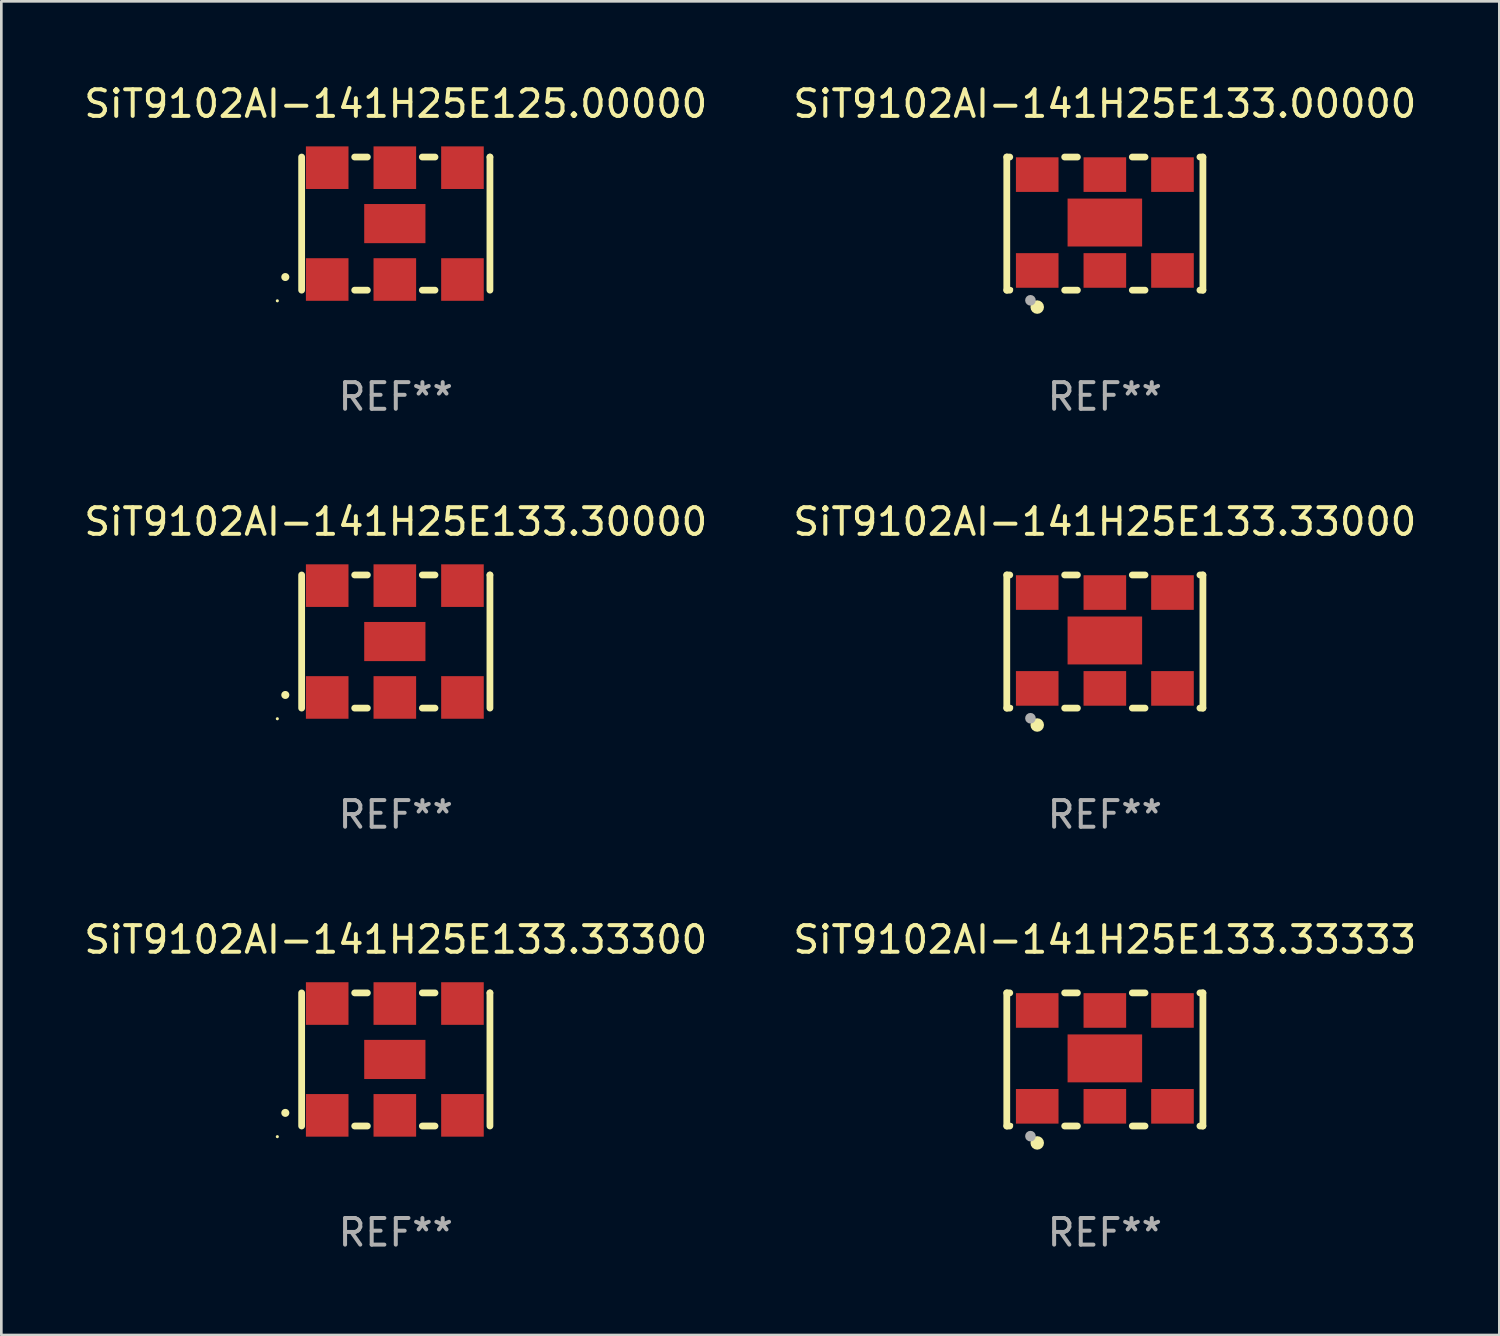
<source format=kicad_pcb>
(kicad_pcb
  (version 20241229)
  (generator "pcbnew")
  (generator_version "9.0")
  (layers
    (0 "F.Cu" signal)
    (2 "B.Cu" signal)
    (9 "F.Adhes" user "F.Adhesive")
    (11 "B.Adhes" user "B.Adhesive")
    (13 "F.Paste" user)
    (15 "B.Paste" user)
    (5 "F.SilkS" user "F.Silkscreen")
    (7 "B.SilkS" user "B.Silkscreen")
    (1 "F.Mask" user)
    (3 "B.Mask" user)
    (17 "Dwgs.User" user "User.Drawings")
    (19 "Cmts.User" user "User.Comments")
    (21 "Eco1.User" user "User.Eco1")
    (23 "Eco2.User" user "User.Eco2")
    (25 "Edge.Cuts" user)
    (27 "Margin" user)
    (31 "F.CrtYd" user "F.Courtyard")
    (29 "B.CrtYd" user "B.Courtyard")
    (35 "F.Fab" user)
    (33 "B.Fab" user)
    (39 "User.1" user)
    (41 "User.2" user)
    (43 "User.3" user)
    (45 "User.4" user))
  (footprint "SiT9102AI-141H25E133.30000"
    (layer "F.Cu")
    (at 11.815 21.045)
    (property "Reference" "SiT9102AI-141H25E133.30000" (at 0 -4.5 0) (layer "F.SilkS") (effects (font (size 1 1) (thickness 0.15))))
    (attr through_hole)
    (fp_line (start -3.536 -2.5) (end -3.536 2.5) (stroke (width 0.254) (type solid)) (layer "F.SilkS"))
    (fp_line (start -1.544 2.5) (end -1.067 2.5) (stroke (width 0.254) (type solid)) (layer "F.SilkS"))
    (fp_line (start -1.067 -2.5) (end -1.544 -2.5) (stroke (width 0.254) (type solid)) (layer "F.SilkS"))
    (fp_line (start 0.996 2.5) (end 1.473 2.5) (stroke (width 0.254) (type solid)) (layer "F.SilkS"))
    (fp_line (start 1.473 -2.5) (end 0.996 -2.5) (stroke (width 0.254) (type solid)) (layer "F.SilkS"))
    (fp_line (start 3.536 -2.5) (end 3.536 -2.5) (stroke (width 0.254) (type solid)) (layer "F.SilkS"))
    (fp_line (start 3.536 2.5) (end 3.536 -2.5) (stroke (width 0.254) (type solid)) (layer "F.SilkS"))
    (fp_arc (start -4.150432 2.006604) (mid -4.149162 2.006599) (end -4.147892 2.006604) (stroke (width 0.3) (type solid)) (layer "F.SilkS"))
    (fp_circle (center -4.449 2.9) (end -4.419 2.9) (stroke (width 0.06) (type solid)) (fill no) (layer "F.SilkS"))
    (fp_text user "REF**" (at 0 6.5 0) (layer "F.Fab") (effects (font (size 1 1) (thickness 0.15))))
    (pad "1" smd rect (at -2.576 2.1) (size 1.6 1.6) (layers "F.Cu" "F.Mask" "F.Paste"))
    (pad "2" smd rect (at -0.036 2.1) (size 1.6 1.6) (layers "F.Cu" "F.Mask" "F.Paste"))
    (pad "3" smd rect (at 2.504 2.1) (size 1.6 1.6) (layers "F.Cu" "F.Mask" "F.Paste"))
    (pad "4" smd rect (at 2.504 -2.1) (size 1.6 1.6) (layers "F.Cu" "F.Mask" "F.Paste"))
    (pad "5" smd rect (at -0.036 -2.1) (size 1.6 1.6) (layers "F.Cu" "F.Mask" "F.Paste"))
    (pad "6" smd rect (at -2.576 -2.1) (size 1.6 1.6) (layers "F.Cu" "F.Mask" "F.Paste"))
    (pad "7" smd rect (at -0.036 0) (size 2.3 1.47) (layers "F.Cu" "F.Mask" "F.Paste")))
  (footprint "SiT9102AI-141H25E133.00000"
    (layer "F.Cu")
    (at 38.446 5.348)
    (property "Reference" "SiT9102AI-141H25E133.00000" (at 0 -4.5 0) (layer "F.SilkS") (effects (font (size 1 1) (thickness 0.15))))
    (attr through_hole)
    (fp_line (start -3.683 -2.5) (end -3.571 -2.5) (stroke (width 0.254) (type solid)) (layer "F.SilkS"))
    (fp_line (start -3.683 2.5) (end -3.683 -2.5) (stroke (width 0.254) (type solid)) (layer "F.SilkS"))
    (fp_line (start -3.683 2.5) (end -3.571 2.5) (stroke (width 0.254) (type solid)) (layer "F.SilkS"))
    (fp_line (start -1.509 -2.5) (end -1.031 -2.5) (stroke (width 0.254) (type solid)) (layer "F.SilkS"))
    (fp_line (start -1.509 2.5) (end -1.031 2.5) (stroke (width 0.254) (type solid)) (layer "F.SilkS"))
    (fp_line (start 1.031 -2.5) (end 1.509 -2.5) (stroke (width 0.254) (type solid)) (layer "F.SilkS"))
    (fp_line (start 1.031 2.5) (end 1.509 2.5) (stroke (width 0.254) (type solid)) (layer "F.SilkS"))
    (fp_line (start 3.571 -2.5) (end 3.683 -2.5) (stroke (width 0.254) (type solid)) (layer "F.SilkS"))
    (fp_line (start 3.571 2.5) (end 3.683 2.5) (stroke (width 0.254) (type solid)) (layer "F.SilkS"))
    (fp_line (start 3.683 2.5) (end 3.683 -2.5) (stroke (width 0.254) (type solid)) (layer "F.SilkS"))
    (fp_circle (center -3.5 2.46) (end -3.47 2.46) (stroke (width 0.06) (type solid)) (fill no) (layer "F.SilkS"))
    (fp_circle (center -2.54 3.135) (end -2.413 3.135) (stroke (width 0.254) (type solid)) (fill no) (layer "F.SilkS"))
    (fp_circle (center -2.794 2.881) (end -2.694 2.881) (stroke (width 0.2) (type solid)) (fill no) (layer "F.Fab"))
    (fp_text user "REF**" (at 0 6.5 0) (layer "F.Fab") (effects (font (size 1 1) (thickness 0.15))))
    (pad "1" smd rect (at -2.54 1.76) (size 1.6 1.3) (layers "F.Cu" "F.Mask" "F.Paste"))
    (pad "2" smd rect (at 0 1.76) (size 1.6 1.3) (layers "F.Cu" "F.Mask" "F.Paste"))
    (pad "3" smd rect (at 2.54 1.76) (size 1.6 1.3) (layers "F.Cu" "F.Mask" "F.Paste"))
    (pad "4" smd rect (at 2.54 -1.84) (size 1.6 1.3) (layers "F.Cu" "F.Mask" "F.Paste"))
    (pad "5" smd rect (at 0 -1.84) (size 1.6 1.3) (layers "F.Cu" "F.Mask" "F.Paste"))
    (pad "6" smd rect (at -2.54 -1.84) (size 1.6 1.3) (layers "F.Cu" "F.Mask" "F.Paste"))
    (pad "7" smd rect (at 0 -0.04) (size 2.8 1.8) (layers "F.Cu" "F.Mask" "F.Paste")))
  (footprint "SiT9102AI-141H25E133.33000"
    (layer "F.Cu")
    (at 38.446 21.045)
    (property "Reference" "SiT9102AI-141H25E133.33000" (at 0 -4.5 0) (layer "F.SilkS") (effects (font (size 1 1) (thickness 0.15))))
    (attr through_hole)
    (fp_line (start -3.683 -2.5) (end -3.571 -2.5) (stroke (width 0.254) (type solid)) (layer "F.SilkS"))
    (fp_line (start -3.683 2.5) (end -3.683 -2.5) (stroke (width 0.254) (type solid)) (layer "F.SilkS"))
    (fp_line (start -3.683 2.5) (end -3.571 2.5) (stroke (width 0.254) (type solid)) (layer "F.SilkS"))
    (fp_line (start -1.509 -2.5) (end -1.031 -2.5) (stroke (width 0.254) (type solid)) (layer "F.SilkS"))
    (fp_line (start -1.509 2.5) (end -1.031 2.5) (stroke (width 0.254) (type solid)) (layer "F.SilkS"))
    (fp_line (start 1.031 -2.5) (end 1.509 -2.5) (stroke (width 0.254) (type solid)) (layer "F.SilkS"))
    (fp_line (start 1.031 2.5) (end 1.509 2.5) (stroke (width 0.254) (type solid)) (layer "F.SilkS"))
    (fp_line (start 3.571 -2.5) (end 3.683 -2.5) (stroke (width 0.254) (type solid)) (layer "F.SilkS"))
    (fp_line (start 3.571 2.5) (end 3.683 2.5) (stroke (width 0.254) (type solid)) (layer "F.SilkS"))
    (fp_line (start 3.683 2.5) (end 3.683 -2.5) (stroke (width 0.254) (type solid)) (layer "F.SilkS"))
    (fp_circle (center -3.5 2.46) (end -3.47 2.46) (stroke (width 0.06) (type solid)) (fill no) (layer "F.SilkS"))
    (fp_circle (center -2.54 3.135) (end -2.413 3.135) (stroke (width 0.254) (type solid)) (fill no) (layer "F.SilkS"))
    (fp_circle (center -2.794 2.881) (end -2.694 2.881) (stroke (width 0.2) (type solid)) (fill no) (layer "F.Fab"))
    (fp_text user "REF**" (at 0 6.5 0) (layer "F.Fab") (effects (font (size 1 1) (thickness 0.15))))
    (pad "1" smd rect (at -2.54 1.76) (size 1.6 1.3) (layers "F.Cu" "F.Mask" "F.Paste"))
    (pad "2" smd rect (at 0 1.76) (size 1.6 1.3) (layers "F.Cu" "F.Mask" "F.Paste"))
    (pad "3" smd rect (at 2.54 1.76) (size 1.6 1.3) (layers "F.Cu" "F.Mask" "F.Paste"))
    (pad "4" smd rect (at 2.54 -1.84) (size 1.6 1.3) (layers "F.Cu" "F.Mask" "F.Paste"))
    (pad "5" smd rect (at 0 -1.84) (size 1.6 1.3) (layers "F.Cu" "F.Mask" "F.Paste"))
    (pad "6" smd rect (at -2.54 -1.84) (size 1.6 1.3) (layers "F.Cu" "F.Mask" "F.Paste"))
    (pad "7" smd rect (at 0 -0.04) (size 2.8 1.8) (layers "F.Cu" "F.Mask" "F.Paste")))
  (footprint "SiT9102AI-141H25E133.33300"
    (layer "F.Cu")
    (at 11.815 36.741)
    (property "Reference" "SiT9102AI-141H25E133.33300" (at 0 -4.5 0) (layer "F.SilkS") (effects (font (size 1 1) (thickness 0.15))))
    (attr through_hole)
    (fp_line (start -3.536 -2.5) (end -3.536 2.5) (stroke (width 0.254) (type solid)) (layer "F.SilkS"))
    (fp_line (start -1.544 2.5) (end -1.067 2.5) (stroke (width 0.254) (type solid)) (layer "F.SilkS"))
    (fp_line (start -1.067 -2.5) (end -1.544 -2.5) (stroke (width 0.254) (type solid)) (layer "F.SilkS"))
    (fp_line (start 0.996 2.5) (end 1.473 2.5) (stroke (width 0.254) (type solid)) (layer "F.SilkS"))
    (fp_line (start 1.473 -2.5) (end 0.996 -2.5) (stroke (width 0.254) (type solid)) (layer "F.SilkS"))
    (fp_line (start 3.536 -2.5) (end 3.536 -2.5) (stroke (width 0.254) (type solid)) (layer "F.SilkS"))
    (fp_line (start 3.536 2.5) (end 3.536 -2.5) (stroke (width 0.254) (type solid)) (layer "F.SilkS"))
    (fp_arc (start -4.150432 2.006604) (mid -4.149162 2.006599) (end -4.147892 2.006604) (stroke (width 0.3) (type solid)) (layer "F.SilkS"))
    (fp_circle (center -4.449 2.9) (end -4.419 2.9) (stroke (width 0.06) (type solid)) (fill no) (layer "F.SilkS"))
    (fp_text user "REF**" (at 0 6.5 0) (layer "F.Fab") (effects (font (size 1 1) (thickness 0.15))))
    (pad "1" smd rect (at -2.576 2.1) (size 1.6 1.6) (layers "F.Cu" "F.Mask" "F.Paste"))
    (pad "2" smd rect (at -0.036 2.1) (size 1.6 1.6) (layers "F.Cu" "F.Mask" "F.Paste"))
    (pad "3" smd rect (at 2.504 2.1) (size 1.6 1.6) (layers "F.Cu" "F.Mask" "F.Paste"))
    (pad "4" smd rect (at 2.504 -2.1) (size 1.6 1.6) (layers "F.Cu" "F.Mask" "F.Paste"))
    (pad "5" smd rect (at -0.036 -2.1) (size 1.6 1.6) (layers "F.Cu" "F.Mask" "F.Paste"))
    (pad "6" smd rect (at -2.576 -2.1) (size 1.6 1.6) (layers "F.Cu" "F.Mask" "F.Paste"))
    (pad "7" smd rect (at -0.036 0) (size 2.3 1.47) (layers "F.Cu" "F.Mask" "F.Paste")))
  (footprint "SiT9102AI-141H25E133.33333"
    (layer "F.Cu")
    (at 38.446 36.741)
    (property "Reference" "SiT9102AI-141H25E133.33333" (at 0 -4.5 0) (layer "F.SilkS") (effects (font (size 1 1) (thickness 0.15))))
    (attr through_hole)
    (fp_line (start -3.683 -2.5) (end -3.571 -2.5) (stroke (width 0.254) (type solid)) (layer "F.SilkS"))
    (fp_line (start -3.683 2.5) (end -3.683 -2.5) (stroke (width 0.254) (type solid)) (layer "F.SilkS"))
    (fp_line (start -3.683 2.5) (end -3.571 2.5) (stroke (width 0.254) (type solid)) (layer "F.SilkS"))
    (fp_line (start -1.509 -2.5) (end -1.031 -2.5) (stroke (width 0.254) (type solid)) (layer "F.SilkS"))
    (fp_line (start -1.509 2.5) (end -1.031 2.5) (stroke (width 0.254) (type solid)) (layer "F.SilkS"))
    (fp_line (start 1.031 -2.5) (end 1.509 -2.5) (stroke (width 0.254) (type solid)) (layer "F.SilkS"))
    (fp_line (start 1.031 2.5) (end 1.509 2.5) (stroke (width 0.254) (type solid)) (layer "F.SilkS"))
    (fp_line (start 3.571 -2.5) (end 3.683 -2.5) (stroke (width 0.254) (type solid)) (layer "F.SilkS"))
    (fp_line (start 3.571 2.5) (end 3.683 2.5) (stroke (width 0.254) (type solid)) (layer "F.SilkS"))
    (fp_line (start 3.683 2.5) (end 3.683 -2.5) (stroke (width 0.254) (type solid)) (layer "F.SilkS"))
    (fp_circle (center -3.5 2.46) (end -3.47 2.46) (stroke (width 0.06) (type solid)) (fill no) (layer "F.SilkS"))
    (fp_circle (center -2.54 3.135) (end -2.413 3.135) (stroke (width 0.254) (type solid)) (fill no) (layer "F.SilkS"))
    (fp_circle (center -2.794 2.881) (end -2.694 2.881) (stroke (width 0.2) (type solid)) (fill no) (layer "F.Fab"))
    (fp_text user "REF**" (at 0 6.5 0) (layer "F.Fab") (effects (font (size 1 1) (thickness 0.15))))
    (pad "1" smd rect (at -2.54 1.76) (size 1.6 1.3) (layers "F.Cu" "F.Mask" "F.Paste"))
    (pad "2" smd rect (at 0 1.76) (size 1.6 1.3) (layers "F.Cu" "F.Mask" "F.Paste"))
    (pad "3" smd rect (at 2.54 1.76) (size 1.6 1.3) (layers "F.Cu" "F.Mask" "F.Paste"))
    (pad "4" smd rect (at 2.54 -1.84) (size 1.6 1.3) (layers "F.Cu" "F.Mask" "F.Paste"))
    (pad "5" smd rect (at 0 -1.84) (size 1.6 1.3) (layers "F.Cu" "F.Mask" "F.Paste"))
    (pad "6" smd rect (at -2.54 -1.84) (size 1.6 1.3) (layers "F.Cu" "F.Mask" "F.Paste"))
    (pad "7" smd rect (at 0 -0.04) (size 2.8 1.8) (layers "F.Cu" "F.Mask" "F.Paste")))
  (footprint "SiT9102AI-141H25E125.00000"
    (layer "F.Cu")
    (at 11.815 5.348)
    (property "Reference" "SiT9102AI-141H25E125.00000" (at 0 -4.5 0) (layer "F.SilkS") (effects (font (size 1 1) (thickness 0.15))))
    (attr through_hole)
    (fp_line (start -3.536 -2.5) (end -3.536 2.5) (stroke (width 0.254) (type solid)) (layer "F.SilkS"))
    (fp_line (start -1.544 2.5) (end -1.067 2.5) (stroke (width 0.254) (type solid)) (layer "F.SilkS"))
    (fp_line (start -1.067 -2.5) (end -1.544 -2.5) (stroke (width 0.254) (type solid)) (layer "F.SilkS"))
    (fp_line (start 0.996 2.5) (end 1.473 2.5) (stroke (width 0.254) (type solid)) (layer "F.SilkS"))
    (fp_line (start 1.473 -2.5) (end 0.996 -2.5) (stroke (width 0.254) (type solid)) (layer "F.SilkS"))
    (fp_line (start 3.536 -2.5) (end 3.536 -2.5) (stroke (width 0.254) (type solid)) (layer "F.SilkS"))
    (fp_line (start 3.536 2.5) (end 3.536 -2.5) (stroke (width 0.254) (type solid)) (layer "F.SilkS"))
    (fp_arc (start -4.150432 2.006604) (mid -4.149162 2.006599) (end -4.147892 2.006604) (stroke (width 0.3) (type solid)) (layer "F.SilkS"))
    (fp_circle (center -4.449 2.9) (end -4.419 2.9) (stroke (width 0.06) (type solid)) (fill no) (layer "F.SilkS"))
    (fp_text user "REF**" (at 0 6.5 0) (layer "F.Fab") (effects (font (size 1 1) (thickness 0.15))))
    (pad "1" smd rect (at -2.576 2.1) (size 1.6 1.6) (layers "F.Cu" "F.Mask" "F.Paste"))
    (pad "2" smd rect (at -0.036 2.1) (size 1.6 1.6) (layers "F.Cu" "F.Mask" "F.Paste"))
    (pad "3" smd rect (at 2.504 2.1) (size 1.6 1.6) (layers "F.Cu" "F.Mask" "F.Paste"))
    (pad "4" smd rect (at 2.504 -2.1) (size 1.6 1.6) (layers "F.Cu" "F.Mask" "F.Paste"))
    (pad "5" smd rect (at -0.036 -2.1) (size 1.6 1.6) (layers "F.Cu" "F.Mask" "F.Paste"))
    (pad "6" smd rect (at -2.576 -2.1) (size 1.6 1.6) (layers "F.Cu" "F.Mask" "F.Paste"))
    (pad "7" smd rect (at -0.036 0) (size 2.3 1.47) (layers "F.Cu" "F.Mask" "F.Paste")))
  (gr_rect
    (start -3 -3)
    (end 53.262 47.09)
    (stroke (width 0.1) (type default))
    (fill no)
    (layer "Edge.Cuts")))
</source>
